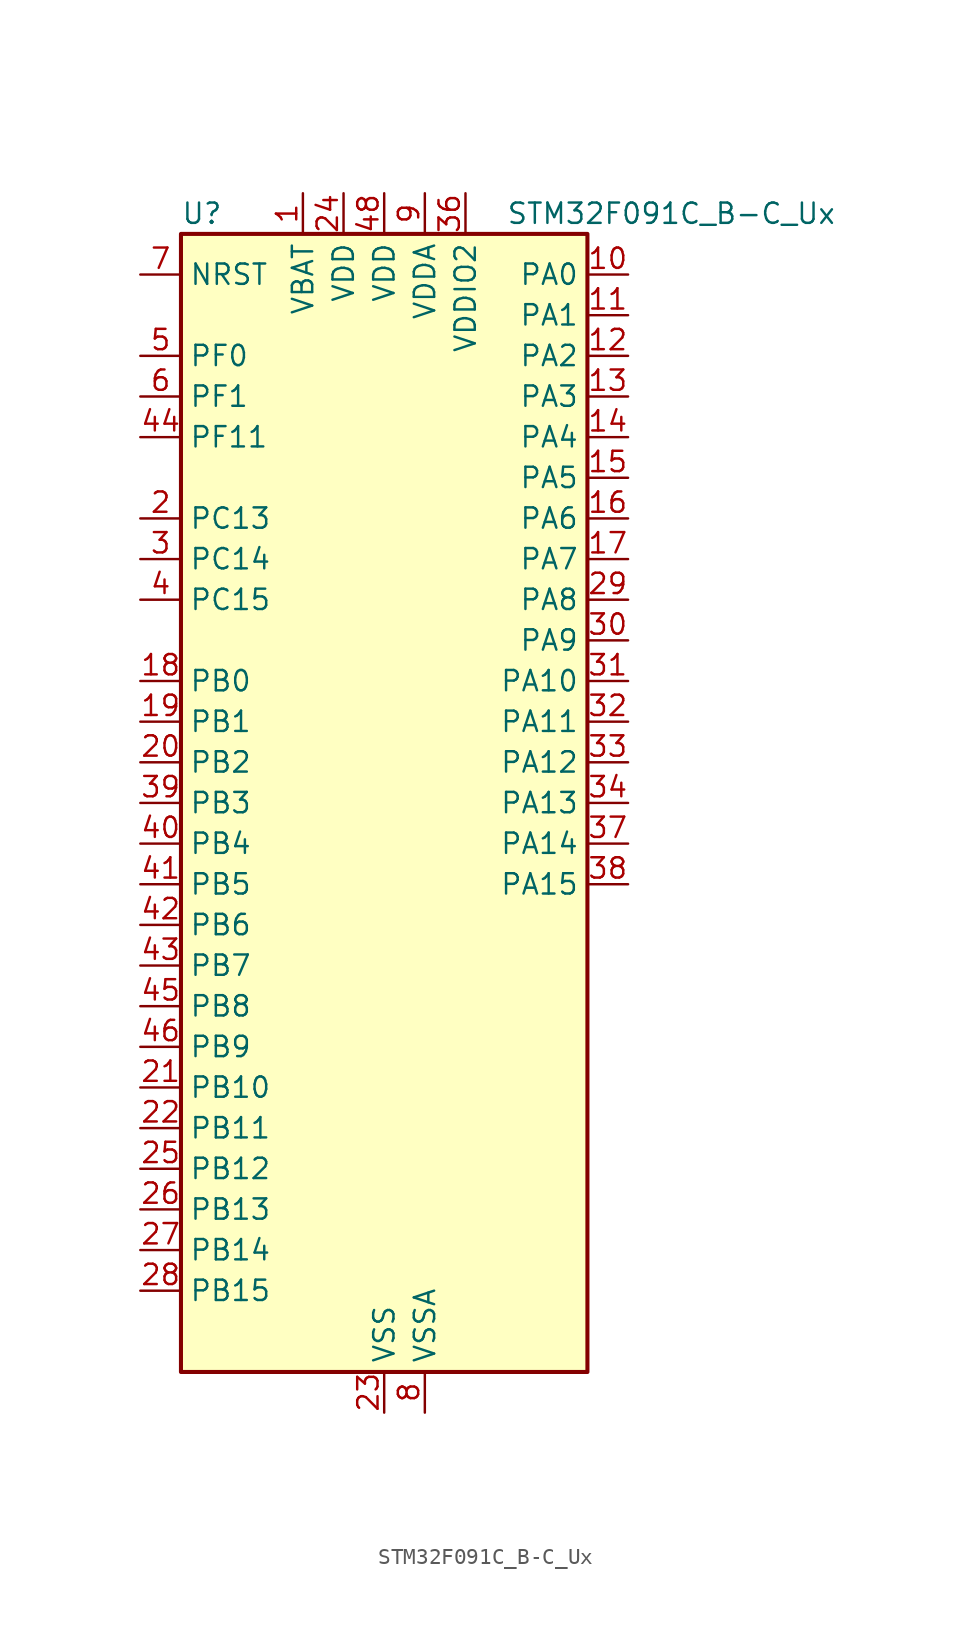
<source format=kicad_sym>
(kicad_symbol_lib
  (version 20220914)
  (generator kicad_symbol_editor)
  (symbol "STM32F091C_B-C_Ux"
    (property "Reference" "U"
      (at -12.7 36.83 0)
      (effects (font (size 1.27 1.27)) (justify left)))
    (property "Value" "STM32F091C_B-C_Ux"
      (at 7.62 36.83 0)
      (effects (font (size 1.27 1.27)) (justify left)))
    (property "ki_locked" ""
      (at 0 0 0)
      (effects (font (size 1.27 1.27))))
    (symbol "STM32F091C_B-C_Ux_0_1"
      (rectangle (start -12.7 -35.56) (end 12.7 35.56) (stroke (width 0.254) (type default)) (fill (type background))))
    (symbol "STM32F091C_B-C_Ux_1_1"
      (pin power_in line (at -5.08 38.1 270) (length 2.54) (name "VBAT" (effects (font (size 1.27 1.27)))) (number "1" (effects (font (size 1.27 1.27)))))
      (pin bidirectional line (at 15.24 33.02 180) (length 2.54) (name "PA0" (effects (font (size 1.27 1.27)))) (number "10" (effects (font (size 1.27 1.27)))) (alternate "ADC_IN0" bidirectional line) (alternate "COMP1_INM" bidirectional line) (alternate "COMP1_OUT" bidirectional line) (alternate "RTC_TAMP2" bidirectional line) (alternate "SYS_WKUP1" bidirectional line) (alternate "TIM2_CH1" bidirectional line) (alternate "TIM2_ETR" bidirectional line) (alternate "TSC_G1_IO1" bidirectional line) (alternate "USART2_CTS" bidirectional line) (alternate "USART4_TX" bidirectional line))
      (pin bidirectional line (at 15.24 30.48 180) (length 2.54) (name "PA1" (effects (font (size 1.27 1.27)))) (number "11" (effects (font (size 1.27 1.27)))) (alternate "ADC_IN1" bidirectional line) (alternate "COMP1_INP" bidirectional line) (alternate "TIM15_CH1N" bidirectional line) (alternate "TIM2_CH2" bidirectional line) (alternate "TSC_G1_IO2" bidirectional line) (alternate "USART2_DE" bidirectional line) (alternate "USART2_RTS" bidirectional line) (alternate "USART4_RX" bidirectional line))
      (pin bidirectional line (at 15.24 27.94 180) (length 2.54) (name "PA2" (effects (font (size 1.27 1.27)))) (number "12" (effects (font (size 1.27 1.27)))) (alternate "ADC_IN2" bidirectional line) (alternate "COMP2_INM" bidirectional line) (alternate "COMP2_OUT" bidirectional line) (alternate "SYS_WKUP4" bidirectional line) (alternate "TIM15_CH1" bidirectional line) (alternate "TIM2_CH3" bidirectional line) (alternate "TSC_G1_IO3" bidirectional line) (alternate "USART2_TX" bidirectional line))
      (pin bidirectional line (at 15.24 25.4 180) (length 2.54) (name "PA3" (effects (font (size 1.27 1.27)))) (number "13" (effects (font (size 1.27 1.27)))) (alternate "ADC_IN3" bidirectional line) (alternate "COMP2_INP" bidirectional line) (alternate "TIM15_CH2" bidirectional line) (alternate "TIM2_CH4" bidirectional line) (alternate "TSC_G1_IO4" bidirectional line) (alternate "USART2_RX" bidirectional line))
      (pin bidirectional line (at 15.24 22.86 180) (length 2.54) (name "PA4" (effects (font (size 1.27 1.27)))) (number "14" (effects (font (size 1.27 1.27)))) (alternate "ADC_IN4" bidirectional line) (alternate "COMP1_INM" bidirectional line) (alternate "COMP2_INM" bidirectional line) (alternate "DAC_OUT1" bidirectional line) (alternate "I2S1_WS" bidirectional line) (alternate "SPI1_NSS" bidirectional line) (alternate "TIM14_CH1" bidirectional line) (alternate "TSC_G2_IO1" bidirectional line) (alternate "USART2_CK" bidirectional line) (alternate "USART6_TX" bidirectional line))
      (pin bidirectional line (at 15.24 20.32 180) (length 2.54) (name "PA5" (effects (font (size 1.27 1.27)))) (number "15" (effects (font (size 1.27 1.27)))) (alternate "ADC_IN5" bidirectional line) (alternate "CEC" bidirectional line) (alternate "COMP1_INM" bidirectional line) (alternate "COMP2_INM" bidirectional line) (alternate "DAC_OUT2" bidirectional line) (alternate "I2S1_CK" bidirectional line) (alternate "SPI1_SCK" bidirectional line) (alternate "TIM2_CH1" bidirectional line) (alternate "TIM2_ETR" bidirectional line) (alternate "TSC_G2_IO2" bidirectional line) (alternate "USART6_RX" bidirectional line))
      (pin bidirectional line (at 15.24 17.78 180) (length 2.54) (name "PA6" (effects (font (size 1.27 1.27)))) (number "16" (effects (font (size 1.27 1.27)))) (alternate "ADC_IN6" bidirectional line) (alternate "COMP1_OUT" bidirectional line) (alternate "I2S1_MCK" bidirectional line) (alternate "SPI1_MISO" bidirectional line) (alternate "TIM16_CH1" bidirectional line) (alternate "TIM1_BKIN" bidirectional line) (alternate "TIM3_CH1" bidirectional line) (alternate "TSC_G2_IO3" bidirectional line) (alternate "USART3_CTS" bidirectional line))
      (pin bidirectional line (at 15.24 15.24 180) (length 2.54) (name "PA7" (effects (font (size 1.27 1.27)))) (number "17" (effects (font (size 1.27 1.27)))) (alternate "ADC_IN7" bidirectional line) (alternate "COMP2_OUT" bidirectional line) (alternate "I2S1_SD" bidirectional line) (alternate "SPI1_MOSI" bidirectional line) (alternate "TIM14_CH1" bidirectional line) (alternate "TIM17_CH1" bidirectional line) (alternate "TIM1_CH1N" bidirectional line) (alternate "TIM3_CH2" bidirectional line) (alternate "TSC_G2_IO4" bidirectional line))
      (pin bidirectional line (at -15.24 7.62 0) (length 2.54) (name "PB0" (effects (font (size 1.27 1.27)))) (number "18" (effects (font (size 1.27 1.27)))) (alternate "ADC_IN8" bidirectional line) (alternate "TIM1_CH2N" bidirectional line) (alternate "TIM3_CH3" bidirectional line) (alternate "TSC_G3_IO2" bidirectional line) (alternate "USART3_CK" bidirectional line))
      (pin bidirectional line (at -15.24 5.08 0) (length 2.54) (name "PB1" (effects (font (size 1.27 1.27)))) (number "19" (effects (font (size 1.27 1.27)))) (alternate "ADC_IN9" bidirectional line) (alternate "TIM14_CH1" bidirectional line) (alternate "TIM1_CH3N" bidirectional line) (alternate "TIM3_CH4" bidirectional line) (alternate "TSC_G3_IO3" bidirectional line) (alternate "USART3_DE" bidirectional line) (alternate "USART3_RTS" bidirectional line))
      (pin bidirectional line (at -15.24 17.78 0) (length 2.54) (name "PC13" (effects (font (size 1.27 1.27)))) (number "2" (effects (font (size 1.27 1.27)))) (alternate "RTC_OUT_ALARM" bidirectional line) (alternate "RTC_OUT_CALIB" bidirectional line) (alternate "RTC_TAMP1" bidirectional line) (alternate "RTC_TS" bidirectional line) (alternate "SYS_WKUP2" bidirectional line))
      (pin bidirectional line (at -15.24 2.54 0) (length 2.54) (name "PB2" (effects (font (size 1.27 1.27)))) (number "20" (effects (font (size 1.27 1.27)))) (alternate "TSC_G3_IO4" bidirectional line))
      (pin bidirectional line (at -15.24 -17.78 0) (length 2.54) (name "PB10" (effects (font (size 1.27 1.27)))) (number "21" (effects (font (size 1.27 1.27)))) (alternate "CEC" bidirectional line) (alternate "I2C2_SCL" bidirectional line) (alternate "I2S2_CK" bidirectional line) (alternate "SPI2_SCK" bidirectional line) (alternate "TIM2_CH3" bidirectional line) (alternate "TSC_SYNC" bidirectional line) (alternate "USART3_TX" bidirectional line))
      (pin bidirectional line (at -15.24 -20.32 0) (length 2.54) (name "PB11" (effects (font (size 1.27 1.27)))) (number "22" (effects (font (size 1.27 1.27)))) (alternate "I2C2_SDA" bidirectional line) (alternate "TIM2_CH4" bidirectional line) (alternate "TSC_G6_IO1" bidirectional line) (alternate "USART3_RX" bidirectional line))
      (pin power_in line (at 0 -38.1 90) (length 2.54) (name "VSS" (effects (font (size 1.27 1.27)))) (number "23" (effects (font (size 1.27 1.27)))))
      (pin power_in line (at -2.54 38.1 270) (length 2.54) (name "VDD" (effects (font (size 1.27 1.27)))) (number "24" (effects (font (size 1.27 1.27)))))
      (pin bidirectional line (at -15.24 -22.86 0) (length 2.54) (name "PB12" (effects (font (size 1.27 1.27)))) (number "25" (effects (font (size 1.27 1.27)))) (alternate "I2S2_WS" bidirectional line) (alternate "SPI2_NSS" bidirectional line) (alternate "TIM15_BKIN" bidirectional line) (alternate "TIM1_BKIN" bidirectional line) (alternate "TSC_G6_IO2" bidirectional line) (alternate "USART3_CK" bidirectional line))
      (pin bidirectional line (at -15.24 -25.4 0) (length 2.54) (name "PB13" (effects (font (size 1.27 1.27)))) (number "26" (effects (font (size 1.27 1.27)))) (alternate "I2C2_SCL" bidirectional line) (alternate "I2S2_CK" bidirectional line) (alternate "SPI2_SCK" bidirectional line) (alternate "TIM1_CH1N" bidirectional line) (alternate "TSC_G6_IO3" bidirectional line) (alternate "USART3_CTS" bidirectional line))
      (pin bidirectional line (at -15.24 -27.94 0) (length 2.54) (name "PB14" (effects (font (size 1.27 1.27)))) (number "27" (effects (font (size 1.27 1.27)))) (alternate "I2C2_SDA" bidirectional line) (alternate "I2S2_MCK" bidirectional line) (alternate "SPI2_MISO" bidirectional line) (alternate "TIM15_CH1" bidirectional line) (alternate "TIM1_CH2N" bidirectional line) (alternate "TSC_G6_IO4" bidirectional line) (alternate "USART3_DE" bidirectional line) (alternate "USART3_RTS" bidirectional line))
      (pin bidirectional line (at -15.24 -30.48 0) (length 2.54) (name "PB15" (effects (font (size 1.27 1.27)))) (number "28" (effects (font (size 1.27 1.27)))) (alternate "I2S2_SD" bidirectional line) (alternate "RTC_REFIN" bidirectional line) (alternate "SPI2_MOSI" bidirectional line) (alternate "SYS_WKUP7" bidirectional line) (alternate "TIM15_CH1N" bidirectional line) (alternate "TIM15_CH2" bidirectional line) (alternate "TIM1_CH3N" bidirectional line))
      (pin bidirectional line (at 15.24 12.7 180) (length 2.54) (name "PA8" (effects (font (size 1.27 1.27)))) (number "29" (effects (font (size 1.27 1.27)))) (alternate "CRS_SYNC" bidirectional line) (alternate "RCC_MCO" bidirectional line) (alternate "TIM1_CH1" bidirectional line) (alternate "USART1_CK" bidirectional line))
      (pin bidirectional line (at -15.24 15.24 0) (length 2.54) (name "PC14" (effects (font (size 1.27 1.27)))) (number "3" (effects (font (size 1.27 1.27)))) (alternate "RCC_OSC32_IN" bidirectional line))
      (pin bidirectional line (at 15.24 10.16 180) (length 2.54) (name "PA9" (effects (font (size 1.27 1.27)))) (number "30" (effects (font (size 1.27 1.27)))) (alternate "DAC_EXTI9" bidirectional line) (alternate "I2C1_SCL" bidirectional line) (alternate "RCC_MCO" bidirectional line) (alternate "TIM15_BKIN" bidirectional line) (alternate "TIM1_CH2" bidirectional line) (alternate "TSC_G4_IO1" bidirectional line) (alternate "USART1_TX" bidirectional line))
      (pin bidirectional line (at 15.24 7.62 180) (length 2.54) (name "PA10" (effects (font (size 1.27 1.27)))) (number "31" (effects (font (size 1.27 1.27)))) (alternate "I2C1_SDA" bidirectional line) (alternate "TIM17_BKIN" bidirectional line) (alternate "TIM1_CH3" bidirectional line) (alternate "TSC_G4_IO2" bidirectional line) (alternate "USART1_RX" bidirectional line))
      (pin bidirectional line (at 15.24 5.08 180) (length 2.54) (name "PA11" (effects (font (size 1.27 1.27)))) (number "32" (effects (font (size 1.27 1.27)))) (alternate "CAN_RX" bidirectional line) (alternate "COMP1_OUT" bidirectional line) (alternate "I2C2_SCL" bidirectional line) (alternate "TIM1_CH4" bidirectional line) (alternate "TSC_G4_IO3" bidirectional line) (alternate "USART1_CTS" bidirectional line))
      (pin bidirectional line (at 15.24 2.54 180) (length 2.54) (name "PA12" (effects (font (size 1.27 1.27)))) (number "33" (effects (font (size 1.27 1.27)))) (alternate "CAN_TX" bidirectional line) (alternate "COMP2_OUT" bidirectional line) (alternate "I2C2_SDA" bidirectional line) (alternate "TIM1_ETR" bidirectional line) (alternate "TSC_G4_IO4" bidirectional line) (alternate "USART1_DE" bidirectional line) (alternate "USART1_RTS" bidirectional line))
      (pin bidirectional line (at 15.24 0 180) (length 2.54) (name "PA13" (effects (font (size 1.27 1.27)))) (number "34" (effects (font (size 1.27 1.27)))) (alternate "IR_OUT" bidirectional line) (alternate "SYS_SWDIO" bidirectional line))
      (pin passive line (at 0 -38.1 90) (length 2.54) hide (name "VSS" (effects (font (size 1.27 1.27)))) (number "35" (effects (font (size 1.27 1.27)))))
      (pin power_in line (at 5.08 38.1 270) (length 2.54) (name "VDDIO2" (effects (font (size 1.27 1.27)))) (number "36" (effects (font (size 1.27 1.27)))))
      (pin bidirectional line (at 15.24 -2.54 180) (length 2.54) (name "PA14" (effects (font (size 1.27 1.27)))) (number "37" (effects (font (size 1.27 1.27)))) (alternate "SYS_SWCLK" bidirectional line) (alternate "USART2_TX" bidirectional line))
      (pin bidirectional line (at 15.24 -5.08 180) (length 2.54) (name "PA15" (effects (font (size 1.27 1.27)))) (number "38" (effects (font (size 1.27 1.27)))) (alternate "I2S1_WS" bidirectional line) (alternate "SPI1_NSS" bidirectional line) (alternate "TIM2_CH1" bidirectional line) (alternate "TIM2_ETR" bidirectional line) (alternate "USART2_RX" bidirectional line) (alternate "USART4_DE" bidirectional line) (alternate "USART4_RTS" bidirectional line))
      (pin bidirectional line (at -15.24 0 0) (length 2.54) (name "PB3" (effects (font (size 1.27 1.27)))) (number "39" (effects (font (size 1.27 1.27)))) (alternate "I2S1_CK" bidirectional line) (alternate "SPI1_SCK" bidirectional line) (alternate "TIM2_CH2" bidirectional line) (alternate "TSC_G5_IO1" bidirectional line) (alternate "USART5_TX" bidirectional line))
      (pin bidirectional line (at -15.24 12.7 0) (length 2.54) (name "PC15" (effects (font (size 1.27 1.27)))) (number "4" (effects (font (size 1.27 1.27)))) (alternate "RCC_OSC32_OUT" bidirectional line))
      (pin bidirectional line (at -15.24 -2.54 0) (length 2.54) (name "PB4" (effects (font (size 1.27 1.27)))) (number "40" (effects (font (size 1.27 1.27)))) (alternate "I2S1_MCK" bidirectional line) (alternate "SPI1_MISO" bidirectional line) (alternate "TIM17_BKIN" bidirectional line) (alternate "TIM3_CH1" bidirectional line) (alternate "TSC_G5_IO2" bidirectional line) (alternate "USART5_RX" bidirectional line))
      (pin bidirectional line (at -15.24 -5.08 0) (length 2.54) (name "PB5" (effects (font (size 1.27 1.27)))) (number "41" (effects (font (size 1.27 1.27)))) (alternate "I2C1_SMBA" bidirectional line) (alternate "I2S1_SD" bidirectional line) (alternate "SPI1_MOSI" bidirectional line) (alternate "SYS_WKUP6" bidirectional line) (alternate "TIM16_BKIN" bidirectional line) (alternate "TIM3_CH2" bidirectional line) (alternate "USART5_CK" bidirectional line) (alternate "USART5_DE" bidirectional line) (alternate "USART5_RTS" bidirectional line))
      (pin bidirectional line (at -15.24 -7.62 0) (length 2.54) (name "PB6" (effects (font (size 1.27 1.27)))) (number "42" (effects (font (size 1.27 1.27)))) (alternate "I2C1_SCL" bidirectional line) (alternate "TIM16_CH1N" bidirectional line) (alternate "TSC_G5_IO3" bidirectional line) (alternate "USART1_TX" bidirectional line))
      (pin bidirectional line (at -15.24 -10.16 0) (length 2.54) (name "PB7" (effects (font (size 1.27 1.27)))) (number "43" (effects (font (size 1.27 1.27)))) (alternate "I2C1_SDA" bidirectional line) (alternate "TIM17_CH1N" bidirectional line) (alternate "TSC_G5_IO4" bidirectional line) (alternate "USART1_RX" bidirectional line) (alternate "USART4_CTS" bidirectional line))
      (pin bidirectional line (at -15.24 22.86 0) (length 2.54) (name "PF11" (effects (font (size 1.27 1.27)))) (number "44" (effects (font (size 1.27 1.27)))))
      (pin bidirectional line (at -15.24 -12.7 0) (length 2.54) (name "PB8" (effects (font (size 1.27 1.27)))) (number "45" (effects (font (size 1.27 1.27)))) (alternate "CAN_RX" bidirectional line) (alternate "CEC" bidirectional line) (alternate "I2C1_SCL" bidirectional line) (alternate "TIM16_CH1" bidirectional line) (alternate "TSC_SYNC" bidirectional line))
      (pin bidirectional line (at -15.24 -15.24 0) (length 2.54) (name "PB9" (effects (font (size 1.27 1.27)))) (number "46" (effects (font (size 1.27 1.27)))) (alternate "CAN_TX" bidirectional line) (alternate "DAC_EXTI9" bidirectional line) (alternate "I2C1_SDA" bidirectional line) (alternate "I2S2_WS" bidirectional line) (alternate "IR_OUT" bidirectional line) (alternate "SPI2_NSS" bidirectional line) (alternate "TIM17_CH1" bidirectional line))
      (pin passive line (at 0 -38.1 90) (length 2.54) hide (name "VSS" (effects (font (size 1.27 1.27)))) (number "47" (effects (font (size 1.27 1.27)))))
      (pin power_in line (at 0 38.1 270) (length 2.54) (name "VDD" (effects (font (size 1.27 1.27)))) (number "48" (effects (font (size 1.27 1.27)))))
      (pin passive line (at 0 -38.1 90) (length 2.54) hide (name "VSS" (effects (font (size 1.27 1.27)))) (number "49" (effects (font (size 1.27 1.27)))))
      (pin bidirectional line (at -15.24 27.94 0) (length 2.54) (name "PF0" (effects (font (size 1.27 1.27)))) (number "5" (effects (font (size 1.27 1.27)))) (alternate "CRS_SYNC" bidirectional line) (alternate "I2C1_SDA" bidirectional line) (alternate "RCC_OSC_IN" bidirectional line))
      (pin bidirectional line (at -15.24 25.4 0) (length 2.54) (name "PF1" (effects (font (size 1.27 1.27)))) (number "6" (effects (font (size 1.27 1.27)))) (alternate "I2C1_SCL" bidirectional line) (alternate "RCC_OSC_OUT" bidirectional line))
      (pin input line (at -15.24 33.02 0) (length 2.54) (name "NRST" (effects (font (size 1.27 1.27)))) (number "7" (effects (font (size 1.27 1.27)))))
      (pin power_in line (at 2.54 -38.1 90) (length 2.54) (name "VSSA" (effects (font (size 1.27 1.27)))) (number "8" (effects (font (size 1.27 1.27)))))
      (pin power_in line (at 2.54 38.1 270) (length 2.54) (name "VDDA" (effects (font (size 1.27 1.27)))) (number "9" (effects (font (size 1.27 1.27))))))))
</source>
